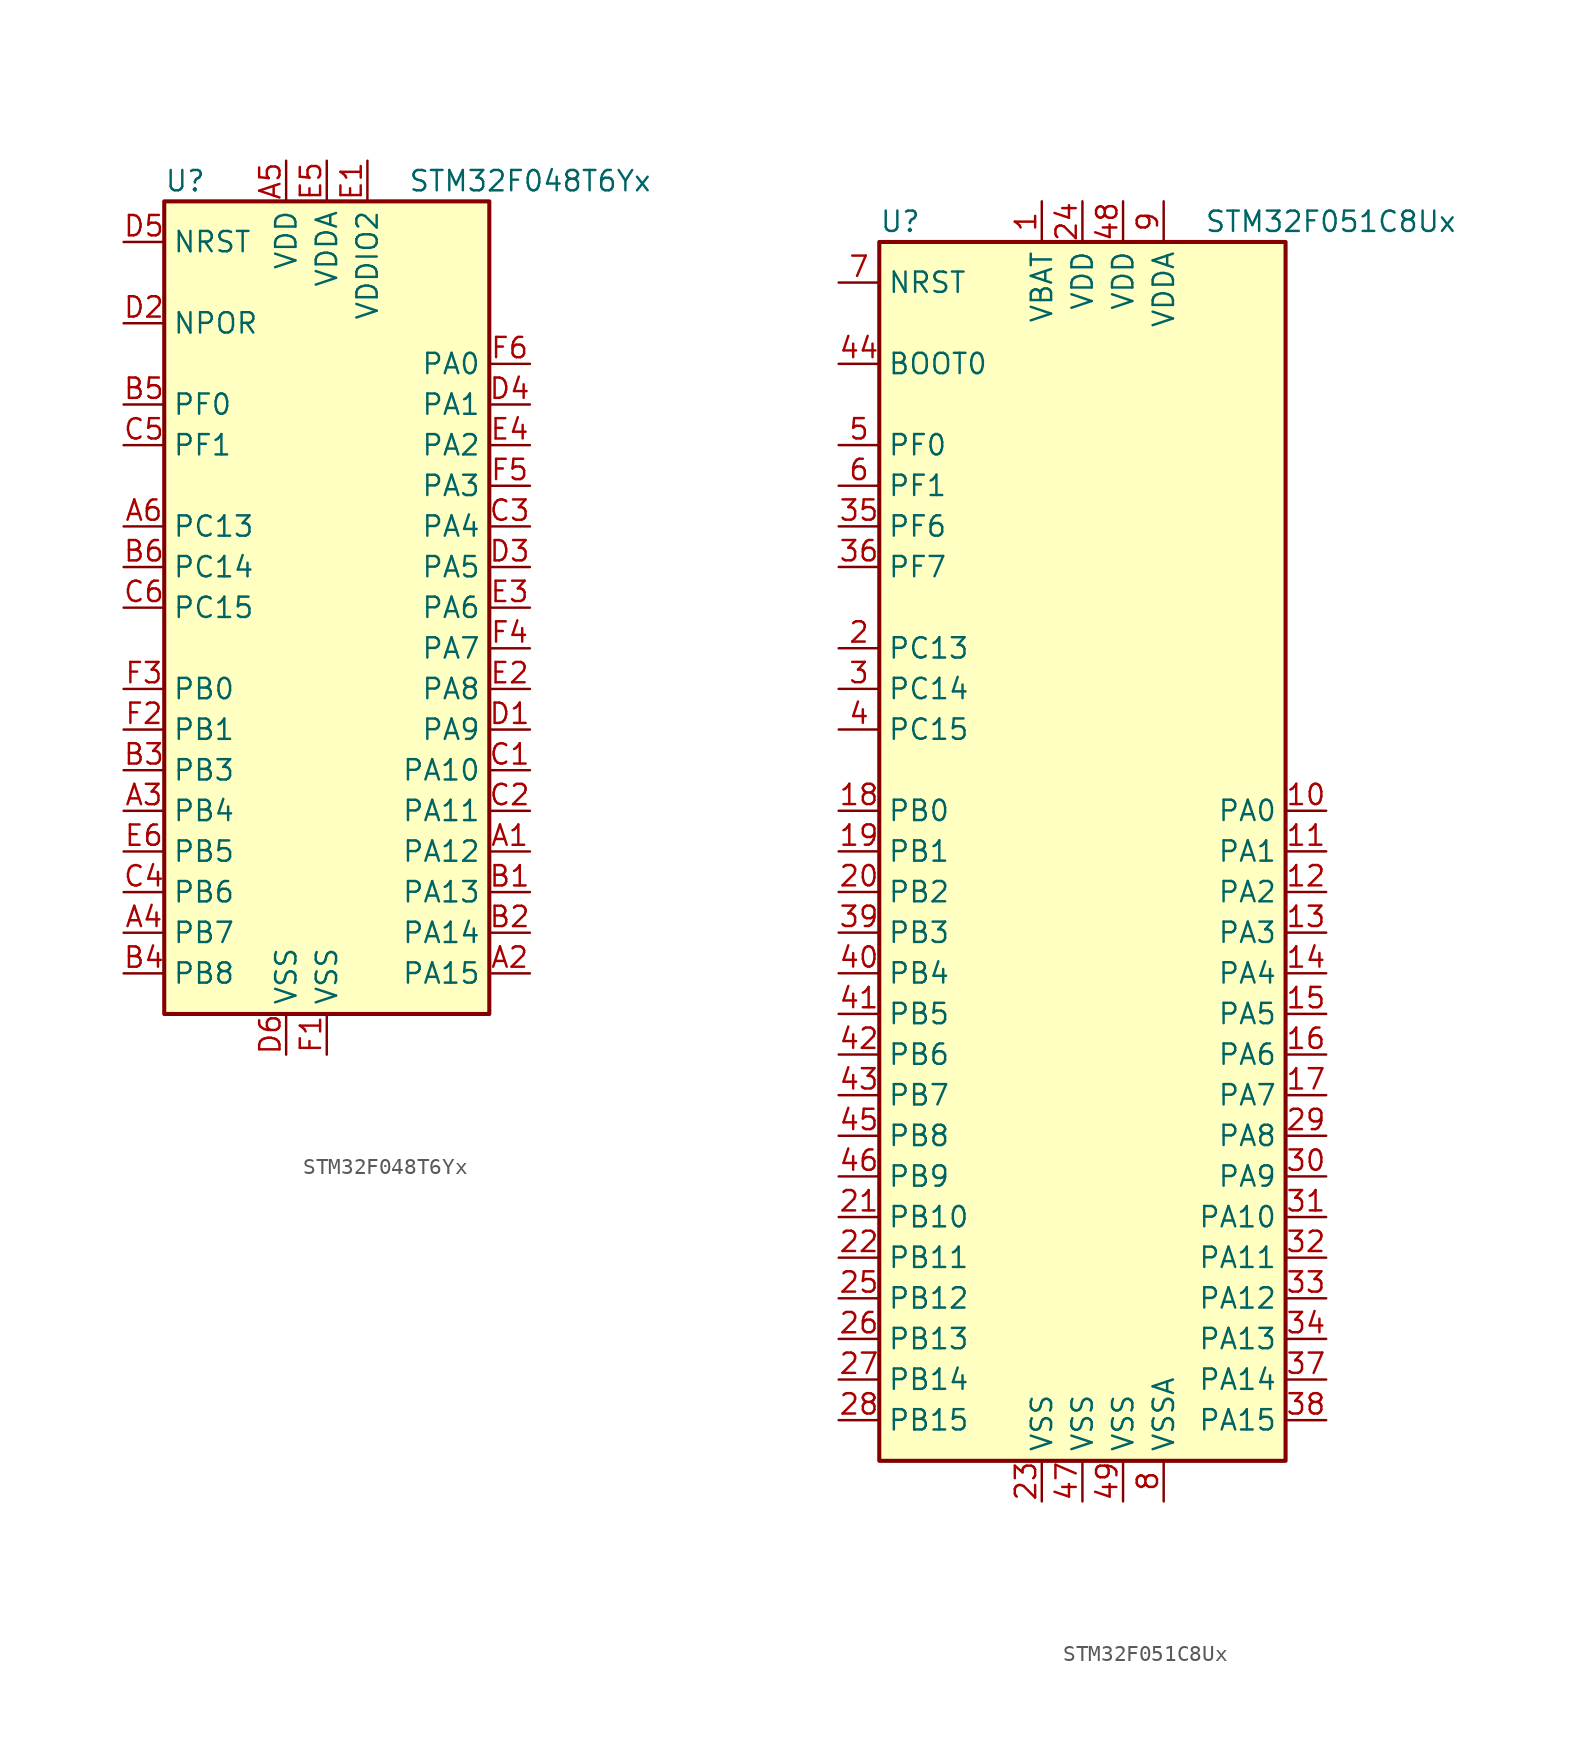
<source format=kicad_sym>
(kicad_symbol_lib
  (version 20201005)
  (generator kicad_symbol_editor)
  (symbol "STM32F048T6Yx"
    (property "Reference" "U"
      (at -10.16 26.67 0)
      (effects (font (size 1.27 1.27)) (justify left)))
    (property "Value" "STM32F048T6Yx"
      (at 5.08 26.67 0)
      (effects (font (size 1.27 1.27)) (justify left)))
    (symbol "STM32F048T6Yx_0_1"
      (rectangle (start -10.16 -25.4) (end 10.16 25.4) (stroke (width 0.254)) (fill (type background))))
    (symbol "STM32F048T6Yx_1_1"
      (pin bidirectional line (at 12.7 -15.24 180) (length 2.54) (name "PA12" (effects (font (size 1.27 1.27)))) (number "A1" (effects (font (size 1.27 1.27)))))
      (pin bidirectional line (at 12.7 -22.86 180) (length 2.54) (name "PA15" (effects (font (size 1.27 1.27)))) (number "A2" (effects (font (size 1.27 1.27)))))
      (pin bidirectional line (at -12.7 -12.7 0) (length 2.54) (name "PB4" (effects (font (size 1.27 1.27)))) (number "A3" (effects (font (size 1.27 1.27)))))
      (pin bidirectional line (at -12.7 -20.32 0) (length 2.54) (name "PB7" (effects (font (size 1.27 1.27)))) (number "A4" (effects (font (size 1.27 1.27)))))
      (pin power_in line (at -2.54 27.94 270) (length 2.54) (name "VDD" (effects (font (size 1.27 1.27)))) (number "A5" (effects (font (size 1.27 1.27)))))
      (pin bidirectional line (at -12.7 5.08 0) (length 2.54) (name "PC13" (effects (font (size 1.27 1.27)))) (number "A6" (effects (font (size 1.27 1.27)))))
      (pin bidirectional line (at 12.7 -17.78 180) (length 2.54) (name "PA13" (effects (font (size 1.27 1.27)))) (number "B1" (effects (font (size 1.27 1.27)))))
      (pin bidirectional line (at 12.7 -20.32 180) (length 2.54) (name "PA14" (effects (font (size 1.27 1.27)))) (number "B2" (effects (font (size 1.27 1.27)))))
      (pin bidirectional line (at -12.7 -10.16 0) (length 2.54) (name "PB3" (effects (font (size 1.27 1.27)))) (number "B3" (effects (font (size 1.27 1.27)))))
      (pin bidirectional line (at -12.7 -22.86 0) (length 2.54) (name "PB8" (effects (font (size 1.27 1.27)))) (number "B4" (effects (font (size 1.27 1.27)))))
      (pin input line (at -12.7 12.7 0) (length 2.54) (name "PF0" (effects (font (size 1.27 1.27)))) (number "B5" (effects (font (size 1.27 1.27)))))
      (pin bidirectional line (at -12.7 2.54 0) (length 2.54) (name "PC14" (effects (font (size 1.27 1.27)))) (number "B6" (effects (font (size 1.27 1.27)))))
      (pin bidirectional line (at 12.7 -10.16 180) (length 2.54) (name "PA10" (effects (font (size 1.27 1.27)))) (number "C1" (effects (font (size 1.27 1.27)))))
      (pin bidirectional line (at 12.7 -12.7 180) (length 2.54) (name "PA11" (effects (font (size 1.27 1.27)))) (number "C2" (effects (font (size 1.27 1.27)))))
      (pin bidirectional line (at 12.7 5.08 180) (length 2.54) (name "PA4" (effects (font (size 1.27 1.27)))) (number "C3" (effects (font (size 1.27 1.27)))))
      (pin bidirectional line (at -12.7 -17.78 0) (length 2.54) (name "PB6" (effects (font (size 1.27 1.27)))) (number "C4" (effects (font (size 1.27 1.27)))))
      (pin input line (at -12.7 10.16 0) (length 2.54) (name "PF1" (effects (font (size 1.27 1.27)))) (number "C5" (effects (font (size 1.27 1.27)))))
      (pin bidirectional line (at -12.7 0 0) (length 2.54) (name "PC15" (effects (font (size 1.27 1.27)))) (number "C6" (effects (font (size 1.27 1.27)))))
      (pin bidirectional line (at 12.7 -7.62 180) (length 2.54) (name "PA9" (effects (font (size 1.27 1.27)))) (number "D1" (effects (font (size 1.27 1.27)))))
      (pin power_in line (at -12.7 17.78 0) (length 2.54) (name "NPOR" (effects (font (size 1.27 1.27)))) (number "D2" (effects (font (size 1.27 1.27)))))
      (pin bidirectional line (at 12.7 2.54 180) (length 2.54) (name "PA5" (effects (font (size 1.27 1.27)))) (number "D3" (effects (font (size 1.27 1.27)))))
      (pin bidirectional line (at 12.7 12.7 180) (length 2.54) (name "PA1" (effects (font (size 1.27 1.27)))) (number "D4" (effects (font (size 1.27 1.27)))))
      (pin input line (at -12.7 22.86 0) (length 2.54) (name "NRST" (effects (font (size 1.27 1.27)))) (number "D5" (effects (font (size 1.27 1.27)))))
      (pin power_in line (at -2.54 -27.94 90) (length 2.54) (name "VSS" (effects (font (size 1.27 1.27)))) (number "D6" (effects (font (size 1.27 1.27)))))
      (pin power_in line (at 2.54 27.94 270) (length 2.54) (name "VDDIO2" (effects (font (size 1.27 1.27)))) (number "E1" (effects (font (size 1.27 1.27)))))
      (pin bidirectional line (at 12.7 -5.08 180) (length 2.54) (name "PA8" (effects (font (size 1.27 1.27)))) (number "E2" (effects (font (size 1.27 1.27)))))
      (pin bidirectional line (at 12.7 0 180) (length 2.54) (name "PA6" (effects (font (size 1.27 1.27)))) (number "E3" (effects (font (size 1.27 1.27)))))
      (pin bidirectional line (at 12.7 10.16 180) (length 2.54) (name "PA2" (effects (font (size 1.27 1.27)))) (number "E4" (effects (font (size 1.27 1.27)))))
      (pin power_in line (at 0 27.94 270) (length 2.54) (name "VDDA" (effects (font (size 1.27 1.27)))) (number "E5" (effects (font (size 1.27 1.27)))))
      (pin bidirectional line (at -12.7 -15.24 0) (length 2.54) (name "PB5" (effects (font (size 1.27 1.27)))) (number "E6" (effects (font (size 1.27 1.27)))))
      (pin power_in line (at 0 -27.94 90) (length 2.54) (name "VSS" (effects (font (size 1.27 1.27)))) (number "F1" (effects (font (size 1.27 1.27)))))
      (pin bidirectional line (at -12.7 -7.62 0) (length 2.54) (name "PB1" (effects (font (size 1.27 1.27)))) (number "F2" (effects (font (size 1.27 1.27)))))
      (pin bidirectional line (at -12.7 -5.08 0) (length 2.54) (name "PB0" (effects (font (size 1.27 1.27)))) (number "F3" (effects (font (size 1.27 1.27)))))
      (pin bidirectional line (at 12.7 -2.54 180) (length 2.54) (name "PA7" (effects (font (size 1.27 1.27)))) (number "F4" (effects (font (size 1.27 1.27)))))
      (pin bidirectional line (at 12.7 7.62 180) (length 2.54) (name "PA3" (effects (font (size 1.27 1.27)))) (number "F5" (effects (font (size 1.27 1.27)))))
      (pin bidirectional line (at 12.7 15.24 180) (length 2.54) (name "PA0" (effects (font (size 1.27 1.27)))) (number "F6" (effects (font (size 1.27 1.27)))))))
  (symbol "STM32F051C8Ux"
    (property "Reference" "U"
      (at -12.7 39.37 0)
      (effects (font (size 1.27 1.27)) (justify left)))
    (property "Value" "STM32F051C8Ux"
      (at 7.62 39.37 0)
      (effects (font (size 1.27 1.27)) (justify left)))
    (symbol "STM32F051C8Ux_0_1"
      (rectangle (start -12.7 -38.1) (end 12.7 38.1) (stroke (width 0.254)) (fill (type background))))
    (symbol "STM32F051C8Ux_1_1"
      (pin power_in line (at -2.54 40.64 270) (length 2.54) (name "VBAT" (effects (font (size 1.27 1.27)))) (number "1" (effects (font (size 1.27 1.27)))))
      (pin bidirectional line (at 15.24 2.54 180) (length 2.54) (name "PA0" (effects (font (size 1.27 1.27)))) (number "10" (effects (font (size 1.27 1.27)))))
      (pin bidirectional line (at 15.24 0 180) (length 2.54) (name "PA1" (effects (font (size 1.27 1.27)))) (number "11" (effects (font (size 1.27 1.27)))))
      (pin bidirectional line (at 15.24 -2.54 180) (length 2.54) (name "PA2" (effects (font (size 1.27 1.27)))) (number "12" (effects (font (size 1.27 1.27)))))
      (pin bidirectional line (at 15.24 -5.08 180) (length 2.54) (name "PA3" (effects (font (size 1.27 1.27)))) (number "13" (effects (font (size 1.27 1.27)))))
      (pin bidirectional line (at 15.24 -7.62 180) (length 2.54) (name "PA4" (effects (font (size 1.27 1.27)))) (number "14" (effects (font (size 1.27 1.27)))))
      (pin bidirectional line (at 15.24 -10.16 180) (length 2.54) (name "PA5" (effects (font (size 1.27 1.27)))) (number "15" (effects (font (size 1.27 1.27)))))
      (pin bidirectional line (at 15.24 -12.7 180) (length 2.54) (name "PA6" (effects (font (size 1.27 1.27)))) (number "16" (effects (font (size 1.27 1.27)))))
      (pin bidirectional line (at 15.24 -15.24 180) (length 2.54) (name "PA7" (effects (font (size 1.27 1.27)))) (number "17" (effects (font (size 1.27 1.27)))))
      (pin bidirectional line (at -15.24 2.54 0) (length 2.54) (name "PB0" (effects (font (size 1.27 1.27)))) (number "18" (effects (font (size 1.27 1.27)))))
      (pin bidirectional line (at -15.24 0 0) (length 2.54) (name "PB1" (effects (font (size 1.27 1.27)))) (number "19" (effects (font (size 1.27 1.27)))))
      (pin bidirectional line (at -15.24 12.7 0) (length 2.54) (name "PC13" (effects (font (size 1.27 1.27)))) (number "2" (effects (font (size 1.27 1.27)))))
      (pin bidirectional line (at -15.24 -2.54 0) (length 2.54) (name "PB2" (effects (font (size 1.27 1.27)))) (number "20" (effects (font (size 1.27 1.27)))))
      (pin bidirectional line (at -15.24 -22.86 0) (length 2.54) (name "PB10" (effects (font (size 1.27 1.27)))) (number "21" (effects (font (size 1.27 1.27)))))
      (pin bidirectional line (at -15.24 -25.4 0) (length 2.54) (name "PB11" (effects (font (size 1.27 1.27)))) (number "22" (effects (font (size 1.27 1.27)))))
      (pin power_in line (at -2.54 -40.64 90) (length 2.54) (name "VSS" (effects (font (size 1.27 1.27)))) (number "23" (effects (font (size 1.27 1.27)))))
      (pin power_in line (at 0 40.64 270) (length 2.54) (name "VDD" (effects (font (size 1.27 1.27)))) (number "24" (effects (font (size 1.27 1.27)))))
      (pin bidirectional line (at -15.24 -27.94 0) (length 2.54) (name "PB12" (effects (font (size 1.27 1.27)))) (number "25" (effects (font (size 1.27 1.27)))))
      (pin bidirectional line (at -15.24 -30.48 0) (length 2.54) (name "PB13" (effects (font (size 1.27 1.27)))) (number "26" (effects (font (size 1.27 1.27)))))
      (pin bidirectional line (at -15.24 -33.02 0) (length 2.54) (name "PB14" (effects (font (size 1.27 1.27)))) (number "27" (effects (font (size 1.27 1.27)))))
      (pin bidirectional line (at -15.24 -35.56 0) (length 2.54) (name "PB15" (effects (font (size 1.27 1.27)))) (number "28" (effects (font (size 1.27 1.27)))))
      (pin bidirectional line (at 15.24 -17.78 180) (length 2.54) (name "PA8" (effects (font (size 1.27 1.27)))) (number "29" (effects (font (size 1.27 1.27)))))
      (pin bidirectional line (at -15.24 10.16 0) (length 2.54) (name "PC14" (effects (font (size 1.27 1.27)))) (number "3" (effects (font (size 1.27 1.27)))))
      (pin bidirectional line (at 15.24 -20.32 180) (length 2.54) (name "PA9" (effects (font (size 1.27 1.27)))) (number "30" (effects (font (size 1.27 1.27)))))
      (pin bidirectional line (at 15.24 -22.86 180) (length 2.54) (name "PA10" (effects (font (size 1.27 1.27)))) (number "31" (effects (font (size 1.27 1.27)))))
      (pin bidirectional line (at 15.24 -25.4 180) (length 2.54) (name "PA11" (effects (font (size 1.27 1.27)))) (number "32" (effects (font (size 1.27 1.27)))))
      (pin bidirectional line (at 15.24 -27.94 180) (length 2.54) (name "PA12" (effects (font (size 1.27 1.27)))) (number "33" (effects (font (size 1.27 1.27)))))
      (pin bidirectional line (at 15.24 -30.48 180) (length 2.54) (name "PA13" (effects (font (size 1.27 1.27)))) (number "34" (effects (font (size 1.27 1.27)))))
      (pin bidirectional line (at -15.24 20.32 0) (length 2.54) (name "PF6" (effects (font (size 1.27 1.27)))) (number "35" (effects (font (size 1.27 1.27)))))
      (pin bidirectional line (at -15.24 17.78 0) (length 2.54) (name "PF7" (effects (font (size 1.27 1.27)))) (number "36" (effects (font (size 1.27 1.27)))))
      (pin bidirectional line (at 15.24 -33.02 180) (length 2.54) (name "PA14" (effects (font (size 1.27 1.27)))) (number "37" (effects (font (size 1.27 1.27)))))
      (pin bidirectional line (at 15.24 -35.56 180) (length 2.54) (name "PA15" (effects (font (size 1.27 1.27)))) (number "38" (effects (font (size 1.27 1.27)))))
      (pin bidirectional line (at -15.24 -5.08 0) (length 2.54) (name "PB3" (effects (font (size 1.27 1.27)))) (number "39" (effects (font (size 1.27 1.27)))))
      (pin bidirectional line (at -15.24 7.62 0) (length 2.54) (name "PC15" (effects (font (size 1.27 1.27)))) (number "4" (effects (font (size 1.27 1.27)))))
      (pin bidirectional line (at -15.24 -7.62 0) (length 2.54) (name "PB4" (effects (font (size 1.27 1.27)))) (number "40" (effects (font (size 1.27 1.27)))))
      (pin bidirectional line (at -15.24 -10.16 0) (length 2.54) (name "PB5" (effects (font (size 1.27 1.27)))) (number "41" (effects (font (size 1.27 1.27)))))
      (pin bidirectional line (at -15.24 -12.7 0) (length 2.54) (name "PB6" (effects (font (size 1.27 1.27)))) (number "42" (effects (font (size 1.27 1.27)))))
      (pin bidirectional line (at -15.24 -15.24 0) (length 2.54) (name "PB7" (effects (font (size 1.27 1.27)))) (number "43" (effects (font (size 1.27 1.27)))))
      (pin input line (at -15.24 30.48 0) (length 2.54) (name "BOOT0" (effects (font (size 1.27 1.27)))) (number "44" (effects (font (size 1.27 1.27)))))
      (pin bidirectional line (at -15.24 -17.78 0) (length 2.54) (name "PB8" (effects (font (size 1.27 1.27)))) (number "45" (effects (font (size 1.27 1.27)))))
      (pin bidirectional line (at -15.24 -20.32 0) (length 2.54) (name "PB9" (effects (font (size 1.27 1.27)))) (number "46" (effects (font (size 1.27 1.27)))))
      (pin power_in line (at 0 -40.64 90) (length 2.54) (name "VSS" (effects (font (size 1.27 1.27)))) (number "47" (effects (font (size 1.27 1.27)))))
      (pin power_in line (at 2.54 40.64 270) (length 2.54) (name "VDD" (effects (font (size 1.27 1.27)))) (number "48" (effects (font (size 1.27 1.27)))))
      (pin power_in line (at 2.54 -40.64 90) (length 2.54) (name "VSS" (effects (font (size 1.27 1.27)))) (number "49" (effects (font (size 1.27 1.27)))))
      (pin input line (at -15.24 25.4 0) (length 2.54) (name "PF0" (effects (font (size 1.27 1.27)))) (number "5" (effects (font (size 1.27 1.27)))))
      (pin input line (at -15.24 22.86 0) (length 2.54) (name "PF1" (effects (font (size 1.27 1.27)))) (number "6" (effects (font (size 1.27 1.27)))))
      (pin input line (at -15.24 35.56 0) (length 2.54) (name "NRST" (effects (font (size 1.27 1.27)))) (number "7" (effects (font (size 1.27 1.27)))))
      (pin power_in line (at 5.08 -40.64 90) (length 2.54) (name "VSSA" (effects (font (size 1.27 1.27)))) (number "8" (effects (font (size 1.27 1.27)))))
      (pin power_in line (at 5.08 40.64 270) (length 2.54) (name "VDDA" (effects (font (size 1.27 1.27)))) (number "9" (effects (font (size 1.27 1.27))))))))
</source>
